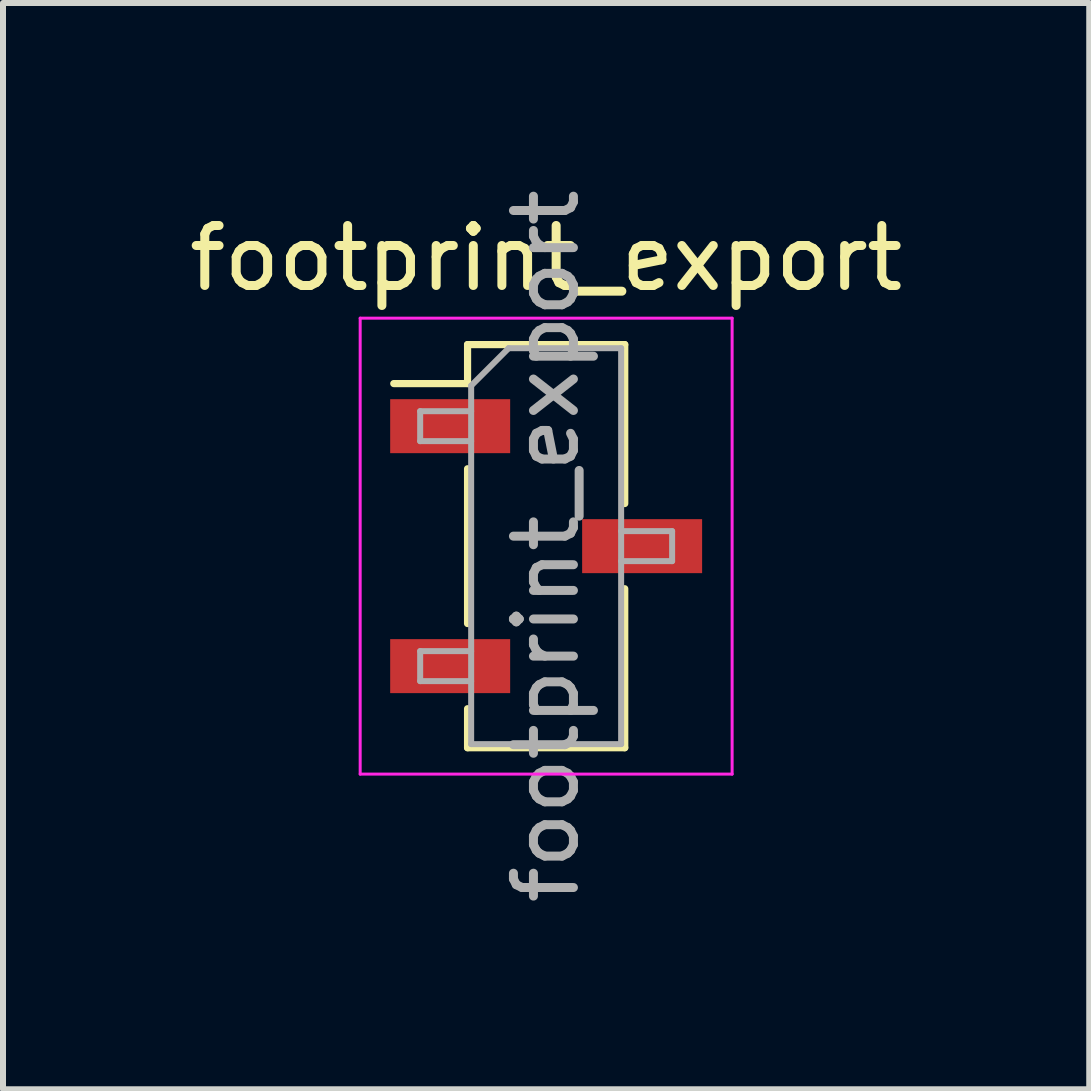
<source format=kicad_pcb>
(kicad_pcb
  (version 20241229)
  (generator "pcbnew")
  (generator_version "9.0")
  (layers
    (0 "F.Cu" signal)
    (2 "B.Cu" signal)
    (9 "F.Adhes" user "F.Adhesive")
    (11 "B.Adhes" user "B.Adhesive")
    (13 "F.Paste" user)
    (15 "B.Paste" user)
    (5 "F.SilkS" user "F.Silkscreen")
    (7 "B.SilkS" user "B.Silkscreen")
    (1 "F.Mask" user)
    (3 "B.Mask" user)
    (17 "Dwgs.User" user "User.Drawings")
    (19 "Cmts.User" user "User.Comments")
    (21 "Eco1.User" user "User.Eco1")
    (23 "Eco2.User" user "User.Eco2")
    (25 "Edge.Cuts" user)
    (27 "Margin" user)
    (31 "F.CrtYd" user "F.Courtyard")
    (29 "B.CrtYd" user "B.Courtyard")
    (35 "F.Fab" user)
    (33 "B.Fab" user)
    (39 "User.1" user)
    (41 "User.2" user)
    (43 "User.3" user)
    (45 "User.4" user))
  (footprint "footprint_export"
    (layer "F.Cu")
    (at 6.054 6.054)
    (property "Reference" "footprint_export" (at 0 -4.8 0) (layer "F.SilkS") (effects (font (size 1 1) (thickness 0.15))))
    (attr smd)
    (fp_line (start -2.54 -2.71) (end -1.31 -2.71) (stroke (width 0.12) (type solid)) (layer "F.SilkS"))
    (fp_line (start -1.31 -3.36) (end -1.31 -2.71) (stroke (width 0.12) (type solid)) (layer "F.SilkS"))
    (fp_line (start -1.31 -3.36) (end 1.31 -3.36) (stroke (width 0.12) (type solid)) (layer "F.SilkS"))
    (fp_line (start -1.31 -1.29) (end -1.31 1.29) (stroke (width 0.12) (type solid)) (layer "F.SilkS"))
    (fp_line (start -1.31 2.71) (end -1.31 3.36) (stroke (width 0.12) (type solid)) (layer "F.SilkS"))
    (fp_line (start -1.31 3.36) (end 1.31 3.36) (stroke (width 0.12) (type solid)) (layer "F.SilkS"))
    (fp_line (start 1.31 -3.36) (end 1.31 -0.71) (stroke (width 0.12) (type solid)) (layer "F.SilkS"))
    (fp_line (start 1.31 0.71) (end 1.31 3.36) (stroke (width 0.12) (type solid)) (layer "F.SilkS"))
    (fp_line (start -3.1 -3.8) (end 3.1 -3.8) (stroke (width 0.05) (type solid)) (layer "F.CrtYd"))
    (fp_line (start -3.1 3.8) (end -3.1 -3.8) (stroke (width 0.05) (type solid)) (layer "F.CrtYd"))
    (fp_line (start 3.1 -3.8) (end 3.1 3.8) (stroke (width 0.05) (type solid)) (layer "F.CrtYd"))
    (fp_line (start 3.1 3.8) (end -3.1 3.8) (stroke (width 0.05) (type solid)) (layer "F.CrtYd"))
    (fp_line (start -2.1 -2.25) (end -1.25 -2.25) (stroke (width 0.1) (type solid)) (layer "F.Fab"))
    (fp_line (start -2.1 -1.75) (end -2.1 -2.25) (stroke (width 0.1) (type solid)) (layer "F.Fab"))
    (fp_line (start -2.1 1.75) (end -1.25 1.75) (stroke (width 0.1) (type solid)) (layer "F.Fab"))
    (fp_line (start -2.1 2.25) (end -2.1 1.75) (stroke (width 0.1) (type solid)) (layer "F.Fab"))
    (fp_line (start -1.25 -2.675) (end -0.625 -3.3) (stroke (width 0.1) (type solid)) (layer "F.Fab"))
    (fp_line (start -1.25 -1.75) (end -2.1 -1.75) (stroke (width 0.1) (type solid)) (layer "F.Fab"))
    (fp_line (start -1.25 2.25) (end -2.1 2.25) (stroke (width 0.1) (type solid)) (layer "F.Fab"))
    (fp_line (start -1.25 3.3) (end -1.25 -2.675) (stroke (width 0.1) (type solid)) (layer "F.Fab"))
    (fp_line (start -0.625 -3.3) (end 1.25 -3.3) (stroke (width 0.1) (type solid)) (layer "F.Fab"))
    (fp_line (start 1.25 -3.3) (end 1.25 3.3) (stroke (width 0.1) (type solid)) (layer "F.Fab"))
    (fp_line (start 1.25 -0.25) (end 2.1 -0.25) (stroke (width 0.1) (type solid)) (layer "F.Fab"))
    (fp_line (start 1.25 3.3) (end -1.25 3.3) (stroke (width 0.1) (type solid)) (layer "F.Fab"))
    (fp_line (start 2.1 -0.25) (end 2.1 0.25) (stroke (width 0.1) (type solid)) (layer "F.Fab"))
    (fp_line (start 2.1 0.25) (end 1.25 0.25) (stroke (width 0.1) (type solid)) (layer "F.Fab"))
    (fp_text user "${REFERENCE}" (at 0 0 90) (layer "F.Fab") (effects (font (size 1 1) (thickness 0.15))))
    (pad "1" smd rect (at -1.6 -2) (size 2 0.9) (layers "F.Cu" "F.Mask" "F.Paste"))
    (pad "2" smd rect (at 1.6 0) (size 2 0.9) (layers "F.Cu" "F.Mask" "F.Paste"))
    (pad "3" smd rect (at -1.6 2) (size 2 0.9) (layers "F.Cu" "F.Mask" "F.Paste")))
  (gr_rect
    (start -3 -3)
    (end 15.107 15.107)
    (stroke (width 0.1) (type default))
    (fill no)
    (layer "Edge.Cuts")))
</source>
